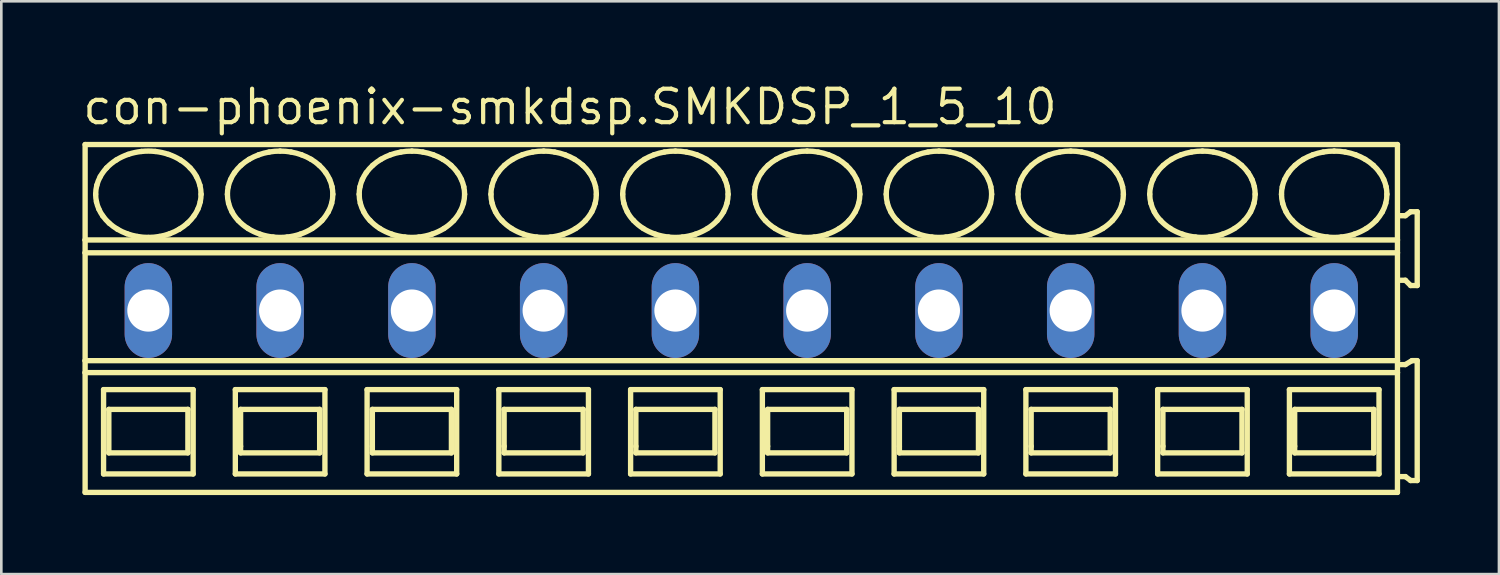
<source format=kicad_pcb>
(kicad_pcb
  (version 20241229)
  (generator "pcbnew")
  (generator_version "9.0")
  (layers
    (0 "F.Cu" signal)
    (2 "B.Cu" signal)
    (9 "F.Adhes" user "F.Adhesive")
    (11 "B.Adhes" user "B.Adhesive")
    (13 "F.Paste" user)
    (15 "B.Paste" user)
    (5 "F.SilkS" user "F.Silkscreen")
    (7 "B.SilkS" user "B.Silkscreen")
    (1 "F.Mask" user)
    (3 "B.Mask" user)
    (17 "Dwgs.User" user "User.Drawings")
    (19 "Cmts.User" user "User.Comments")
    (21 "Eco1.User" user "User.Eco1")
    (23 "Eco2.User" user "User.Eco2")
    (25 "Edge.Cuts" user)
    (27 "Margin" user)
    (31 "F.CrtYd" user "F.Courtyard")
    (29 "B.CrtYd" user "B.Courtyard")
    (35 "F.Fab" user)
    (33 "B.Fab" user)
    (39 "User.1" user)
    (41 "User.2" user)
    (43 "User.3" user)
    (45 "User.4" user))
  (footprint "con-phoenix-smkdsp.SMKDSP_1_5_10"
    (layer "F.Cu")
    (at 5.08 8.735)
    (property "Reference" "con-phoenix-smkdsp.SMKDSP_1_5_10" (at -5.08 -6.985 0) (layer "F.SilkS") (effects (font (size 1.27 1.27) (thickness 0.16)) (justify left bottom)))
    (attr through_hole)
    (fp_line (start -4.9 -6.3) (end -4.9 -2.679) (stroke (width 0.203) (type default)) (layer "F.SilkS"))
    (fp_line (start -4.9 -2.679) (end -4.9 -2.192) (stroke (width 0.203) (type default)) (layer "F.SilkS"))
    (fp_line (start -4.9 -2.192) (end -4.9 1.902) (stroke (width 0.203) (type default)) (layer "F.SilkS"))
    (fp_line (start -4.9 1.902) (end -4.9 2.354) (stroke (width 0.203) (type default)) (layer "F.SilkS"))
    (fp_line (start -4.9 2.354) (end -4.9 6.9) (stroke (width 0.203) (type default)) (layer "F.SilkS"))
    (fp_line (start -4.9 6.9) (end 44.9 6.9) (stroke (width 0.203) (type default)) (layer "F.SilkS"))
    (fp_line (start -4.2 3) (end -4.2 6.2) (stroke (width 0.203) (type default)) (layer "F.SilkS"))
    (fp_line (start -4.2 6.2) (end -0.8 6.2) (stroke (width 0.203) (type default)) (layer "F.SilkS"))
    (fp_line (start -4 3.75) (end -4 5.4) (stroke (width 0.203) (type default)) (layer "F.SilkS"))
    (fp_line (start -4 5.4) (end -1 5.4) (stroke (width 0.203) (type default)) (layer "F.SilkS"))
    (fp_line (start -1 3.75) (end -4 3.75) (stroke (width 0.203) (type default)) (layer "F.SilkS"))
    (fp_line (start -1 5.4) (end -1 3.75) (stroke (width 0.203) (type default)) (layer "F.SilkS"))
    (fp_line (start -0.8 3) (end -4.2 3) (stroke (width 0.203) (type default)) (layer "F.SilkS"))
    (fp_line (start -0.8 6.2) (end -0.8 3) (stroke (width 0.203) (type default)) (layer "F.SilkS"))
    (fp_line (start 0.8 3) (end 0.8 6.2) (stroke (width 0.203) (type default)) (layer "F.SilkS"))
    (fp_line (start 0.8 6.2) (end 4.2 6.2) (stroke (width 0.203) (type default)) (layer "F.SilkS"))
    (fp_line (start 1 3.75) (end 1 5.15) (stroke (width 0.203) (type default)) (layer "F.SilkS"))
    (fp_line (start 1 5.15) (end 1 5.4) (stroke (width 0.203) (type default)) (layer "F.SilkS"))
    (fp_line (start 1 5.4) (end 4 5.4) (stroke (width 0.203) (type default)) (layer "F.SilkS"))
    (fp_line (start 4 3.75) (end 1 3.75) (stroke (width 0.203) (type default)) (layer "F.SilkS"))
    (fp_line (start 4 5.4) (end 4 3.75) (stroke (width 0.203) (type default)) (layer "F.SilkS"))
    (fp_line (start 4.2 3) (end 0.8 3) (stroke (width 0.203) (type default)) (layer "F.SilkS"))
    (fp_line (start 4.2 6.2) (end 4.2 3) (stroke (width 0.203) (type default)) (layer "F.SilkS"))
    (fp_line (start 5.8 3) (end 5.8 6.2) (stroke (width 0.203) (type default)) (layer "F.SilkS"))
    (fp_line (start 5.8 6.2) (end 9.2 6.2) (stroke (width 0.203) (type default)) (layer "F.SilkS"))
    (fp_line (start 6 3.75) (end 6 5.15) (stroke (width 0.203) (type default)) (layer "F.SilkS"))
    (fp_line (start 6 5.15) (end 6 5.4) (stroke (width 0.203) (type default)) (layer "F.SilkS"))
    (fp_line (start 6 5.4) (end 9 5.4) (stroke (width 0.203) (type default)) (layer "F.SilkS"))
    (fp_line (start 9 3.75) (end 6 3.75) (stroke (width 0.203) (type default)) (layer "F.SilkS"))
    (fp_line (start 9 5.4) (end 9 3.75) (stroke (width 0.203) (type default)) (layer "F.SilkS"))
    (fp_line (start 9.2 3) (end 5.8 3) (stroke (width 0.203) (type default)) (layer "F.SilkS"))
    (fp_line (start 9.2 6.2) (end 9.2 3) (stroke (width 0.203) (type default)) (layer "F.SilkS"))
    (fp_line (start 10.8 3) (end 10.8 6.2) (stroke (width 0.203) (type default)) (layer "F.SilkS"))
    (fp_line (start 10.8 6.2) (end 14.2 6.2) (stroke (width 0.203) (type default)) (layer "F.SilkS"))
    (fp_line (start 11 3.75) (end 11 5.15) (stroke (width 0.203) (type default)) (layer "F.SilkS"))
    (fp_line (start 11 5.15) (end 11 5.4) (stroke (width 0.203) (type default)) (layer "F.SilkS"))
    (fp_line (start 11 5.4) (end 14 5.4) (stroke (width 0.203) (type default)) (layer "F.SilkS"))
    (fp_line (start 14 3.75) (end 11 3.75) (stroke (width 0.203) (type default)) (layer "F.SilkS"))
    (fp_line (start 14 5.4) (end 14 3.75) (stroke (width 0.203) (type default)) (layer "F.SilkS"))
    (fp_line (start 14.2 3) (end 10.8 3) (stroke (width 0.203) (type default)) (layer "F.SilkS"))
    (fp_line (start 14.2 6.2) (end 14.2 3) (stroke (width 0.203) (type default)) (layer "F.SilkS"))
    (fp_line (start 15.8 3) (end 15.8 6.2) (stroke (width 0.203) (type default)) (layer "F.SilkS"))
    (fp_line (start 15.8 6.2) (end 19.2 6.2) (stroke (width 0.203) (type default)) (layer "F.SilkS"))
    (fp_line (start 16 3.75) (end 16 5.15) (stroke (width 0.203) (type default)) (layer "F.SilkS"))
    (fp_line (start 16 5.15) (end 16 5.4) (stroke (width 0.203) (type default)) (layer "F.SilkS"))
    (fp_line (start 16 5.4) (end 19 5.4) (stroke (width 0.203) (type default)) (layer "F.SilkS"))
    (fp_line (start 19 3.75) (end 16 3.75) (stroke (width 0.203) (type default)) (layer "F.SilkS"))
    (fp_line (start 19 5.4) (end 19 3.75) (stroke (width 0.203) (type default)) (layer "F.SilkS"))
    (fp_line (start 19.2 3) (end 15.8 3) (stroke (width 0.203) (type default)) (layer "F.SilkS"))
    (fp_line (start 19.2 6.2) (end 19.2 3) (stroke (width 0.203) (type default)) (layer "F.SilkS"))
    (fp_line (start 20.8 3) (end 20.8 6.2) (stroke (width 0.203) (type default)) (layer "F.SilkS"))
    (fp_line (start 20.8 6.2) (end 24.2 6.2) (stroke (width 0.203) (type default)) (layer "F.SilkS"))
    (fp_line (start 21 3.75) (end 21 5.15) (stroke (width 0.203) (type default)) (layer "F.SilkS"))
    (fp_line (start 21 5.15) (end 21 5.4) (stroke (width 0.203) (type default)) (layer "F.SilkS"))
    (fp_line (start 21 5.4) (end 24 5.4) (stroke (width 0.203) (type default)) (layer "F.SilkS"))
    (fp_line (start 24 3.75) (end 21 3.75) (stroke (width 0.203) (type default)) (layer "F.SilkS"))
    (fp_line (start 24 5.4) (end 24 3.75) (stroke (width 0.203) (type default)) (layer "F.SilkS"))
    (fp_line (start 24.2 3) (end 20.8 3) (stroke (width 0.203) (type default)) (layer "F.SilkS"))
    (fp_line (start 24.2 6.2) (end 24.2 3) (stroke (width 0.203) (type default)) (layer "F.SilkS"))
    (fp_line (start 25.8 3) (end 25.8 6.2) (stroke (width 0.203) (type default)) (layer "F.SilkS"))
    (fp_line (start 25.8 6.2) (end 29.2 6.2) (stroke (width 0.203) (type default)) (layer "F.SilkS"))
    (fp_line (start 26 3.75) (end 26 5.15) (stroke (width 0.203) (type default)) (layer "F.SilkS"))
    (fp_line (start 26 5.15) (end 26 5.4) (stroke (width 0.203) (type default)) (layer "F.SilkS"))
    (fp_line (start 26 5.4) (end 29 5.4) (stroke (width 0.203) (type default)) (layer "F.SilkS"))
    (fp_line (start 29 3.75) (end 26 3.75) (stroke (width 0.203) (type default)) (layer "F.SilkS"))
    (fp_line (start 29 5.4) (end 29 3.75) (stroke (width 0.203) (type default)) (layer "F.SilkS"))
    (fp_line (start 29.2 3) (end 25.8 3) (stroke (width 0.203) (type default)) (layer "F.SilkS"))
    (fp_line (start 29.2 6.2) (end 29.2 3) (stroke (width 0.203) (type default)) (layer "F.SilkS"))
    (fp_line (start 30.8 3) (end 30.8 6.2) (stroke (width 0.203) (type default)) (layer "F.SilkS"))
    (fp_line (start 30.8 6.2) (end 34.2 6.2) (stroke (width 0.203) (type default)) (layer "F.SilkS"))
    (fp_line (start 31 3.75) (end 31 5.15) (stroke (width 0.203) (type default)) (layer "F.SilkS"))
    (fp_line (start 31 5.15) (end 31 5.4) (stroke (width 0.203) (type default)) (layer "F.SilkS"))
    (fp_line (start 31 5.4) (end 34 5.4) (stroke (width 0.203) (type default)) (layer "F.SilkS"))
    (fp_line (start 34 3.75) (end 31 3.75) (stroke (width 0.203) (type default)) (layer "F.SilkS"))
    (fp_line (start 34 5.4) (end 34 3.75) (stroke (width 0.203) (type default)) (layer "F.SilkS"))
    (fp_line (start 34.2 3) (end 30.8 3) (stroke (width 0.203) (type default)) (layer "F.SilkS"))
    (fp_line (start 34.2 6.2) (end 34.2 3) (stroke (width 0.203) (type default)) (layer "F.SilkS"))
    (fp_line (start 35.8 3) (end 35.8 6.2) (stroke (width 0.203) (type default)) (layer "F.SilkS"))
    (fp_line (start 35.8 6.2) (end 39.2 6.2) (stroke (width 0.203) (type default)) (layer "F.SilkS"))
    (fp_line (start 36 3.75) (end 36 5.15) (stroke (width 0.203) (type default)) (layer "F.SilkS"))
    (fp_line (start 36 5.15) (end 36 5.4) (stroke (width 0.203) (type default)) (layer "F.SilkS"))
    (fp_line (start 36 5.4) (end 39 5.4) (stroke (width 0.203) (type default)) (layer "F.SilkS"))
    (fp_line (start 39 3.75) (end 36 3.75) (stroke (width 0.203) (type default)) (layer "F.SilkS"))
    (fp_line (start 39 5.4) (end 39 3.75) (stroke (width 0.203) (type default)) (layer "F.SilkS"))
    (fp_line (start 39.2 3) (end 35.8 3) (stroke (width 0.203) (type default)) (layer "F.SilkS"))
    (fp_line (start 39.2 6.2) (end 39.2 3) (stroke (width 0.203) (type default)) (layer "F.SilkS"))
    (fp_line (start 40.8 3) (end 40.8 6.2) (stroke (width 0.203) (type default)) (layer "F.SilkS"))
    (fp_line (start 40.8 6.2) (end 44.2 6.2) (stroke (width 0.203) (type default)) (layer "F.SilkS"))
    (fp_line (start 41 3.75) (end 41 5.15) (stroke (width 0.203) (type default)) (layer "F.SilkS"))
    (fp_line (start 41 5.15) (end 41 5.4) (stroke (width 0.203) (type default)) (layer "F.SilkS"))
    (fp_line (start 41 5.4) (end 44 5.4) (stroke (width 0.203) (type default)) (layer "F.SilkS"))
    (fp_line (start 44 3.75) (end 41 3.75) (stroke (width 0.203) (type default)) (layer "F.SilkS"))
    (fp_line (start 44 5.4) (end 44 3.75) (stroke (width 0.203) (type default)) (layer "F.SilkS"))
    (fp_line (start 44.2 3) (end 40.8 3) (stroke (width 0.203) (type default)) (layer "F.SilkS"))
    (fp_line (start 44.2 6.2) (end 44.2 3) (stroke (width 0.203) (type default)) (layer "F.SilkS"))
    (fp_line (start 44.9 -6.3) (end -4.9 -6.3) (stroke (width 0.203) (type default)) (layer "F.SilkS"))
    (fp_line (start 44.9 -2.679) (end -4.9 -2.679) (stroke (width 0.203) (type default)) (layer "F.SilkS"))
    (fp_line (start 44.9 -2.679) (end 44.9 -6.3) (stroke (width 0.203) (type default)) (layer "F.SilkS"))
    (fp_line (start 44.9 -2.192) (end -4.9 -2.192) (stroke (width 0.203) (type default)) (layer "F.SilkS"))
    (fp_line (start 44.9 -2.192) (end 44.9 -2.679) (stroke (width 0.203) (type default)) (layer "F.SilkS"))
    (fp_line (start 44.9 1.902) (end -4.9 1.902) (stroke (width 0.203) (type default)) (layer "F.SilkS"))
    (fp_line (start 44.9 1.902) (end 44.9 -2.192) (stroke (width 0.203) (type default)) (layer "F.SilkS"))
    (fp_line (start 44.9 2.354) (end -4.9 2.354) (stroke (width 0.203) (type default)) (layer "F.SilkS"))
    (fp_line (start 44.9 2.354) (end 44.9 1.902) (stroke (width 0.203) (type default)) (layer "F.SilkS"))
    (fp_line (start 44.9 6.9) (end 44.9 2.354) (stroke (width 0.203) (type default)) (layer "F.SilkS"))
    (fp_line (start 45 -1.15) (end 45.2 -1.15) (stroke (width 0.203) (type default)) (layer "F.SilkS"))
    (fp_line (start 45 6.3) (end 45.2 6.3) (stroke (width 0.203) (type default)) (layer "F.SilkS"))
    (fp_line (start 45.2 -3.6) (end 45 -3.6) (stroke (width 0.203) (type default)) (layer "F.SilkS"))
    (fp_line (start 45.2 -1.15) (end 45.4 -0.95) (stroke (width 0.203) (type default)) (layer "F.SilkS"))
    (fp_line (start 45.2 2.05) (end 45 2.05) (stroke (width 0.203) (type default)) (layer "F.SilkS"))
    (fp_line (start 45.2 6.3) (end 45.4 6.45) (stroke (width 0.203) (type default)) (layer "F.SilkS"))
    (fp_line (start 45.4 -3.75) (end 45.2 -3.6) (stroke (width 0.203) (type default)) (layer "F.SilkS"))
    (fp_line (start 45.4 -0.95) (end 45.65 -0.95) (stroke (width 0.203) (type default)) (layer "F.SilkS"))
    (fp_line (start 45.4 6.45) (end 45.65 6.45) (stroke (width 0.203) (type default)) (layer "F.SilkS"))
    (fp_line (start 45.45 1.9) (end 45.2 2.05) (stroke (width 0.203) (type default)) (layer "F.SilkS"))
    (fp_line (start 45.65 -3.75) (end 45.4 -3.75) (stroke (width 0.203) (type default)) (layer "F.SilkS"))
    (fp_line (start 45.65 -0.95) (end 45.65 -3.75) (stroke (width 0.203) (type default)) (layer "F.SilkS"))
    (fp_line (start 45.65 1.9) (end 45.45 1.9) (stroke (width 0.203) (type default)) (layer "F.SilkS"))
    (fp_line (start 45.65 6.45) (end 45.65 1.9) (stroke (width 0.203) (type default)) (layer "F.SilkS"))
    (fp_arc (start -4.5 -4.4136) (mid -4.488905 -4.585389) (end -4.4562 -4.7544) (stroke (width 0.2032) (type default)) (layer "F.SilkS"))
    (fp_arc (start -4.4695 -4.1287) (mid -4.492309 -4.270341) (end -4.5 -4.4136) (stroke (width 0.2032) (type default)) (layer "F.SilkS"))
    (fp_arc (start -4.4562 -4.7544) (mid -4.401558 -4.920839) (end -4.3273 -5.0795) (stroke (width 0.2032) (type default)) (layer "F.SilkS"))
    (fp_arc (start -4.3795 -3.8536) (mid -4.431599 -3.988827) (end -4.4695 -4.1287) (stroke (width 0.2032) (type default)) (layer "F.SilkS"))
    (fp_arc (start -4.3274 -5.0795) (mid -4.216217 -5.252167) (end -4.0864 -5.4113) (stroke (width 0.2032) (type default)) (layer "F.SilkS"))
    (fp_arc (start -4.232 -3.5945) (mid -4.312155 -3.720404) (end -4.3795 -3.8536) (stroke (width 0.2032) (type default)) (layer "F.SilkS"))
    (fp_arc (start -4.0864 -5.4113) (mid -3.911717 -5.573771) (end -3.718 -5.713) (stroke (width 0.2032) (type default)) (layer "F.SilkS"))
    (fp_arc (start -3.9861 -3.3171) (mid -4.116737 -3.448975) (end -4.2321 -3.5944) (stroke (width 0.2032) (type default)) (layer "F.SilkS"))
    (fp_arc (start -3.718 -5.713) (mid -3.497651 -5.83326) (end -3.2649 -5.9273) (stroke (width 0.2032) (type default)) (layer "F.SilkS"))
    (fp_arc (start -3.676 -3.0884) (mid -3.836846 -3.19489) (end -3.9861 -3.3171) (stroke (width 0.2032) (type default)) (layer "F.SilkS"))
    (fp_arc (start -3.313 -2.9167) (mid -3.498551 -2.993985) (end -3.676 -3.0884) (stroke (width 0.2032) (type default)) (layer "F.SilkS"))
    (fp_arc (start -3.2649 -5.9273) (mid -3.016253 -5.996227) (end -2.7616 -6.0378) (stroke (width 0.2032) (type default)) (layer "F.SilkS"))
    (fp_arc (start -2.9161 -2.8111) (mid -3.116893 -2.855096) (end -3.313 -2.9167) (stroke (width 0.2032) (type default)) (layer "F.SilkS"))
    (fp_arc (start -2.7616 -6.0378) (mid -2.5 -6.051841) (end -2.2384 -6.0378) (stroke (width 0.2032) (type default)) (layer "F.SilkS"))
    (fp_arc (start -2.5 -2.7752) (mid -2.708826 -2.784159) (end -2.9161 -2.8111) (stroke (width 0.2032) (type default)) (layer "F.SilkS"))
    (fp_arc (start -2.2384 -6.0378) (mid -1.983714 -5.996378) (end -1.7351 -5.9273) (stroke (width 0.2032) (type default)) (layer "F.SilkS"))
    (fp_arc (start -2.0839 -2.8111) (mid -2.291182 -2.784277) (end -2.5 -2.7753) (stroke (width 0.2032) (type default)) (layer "F.SilkS"))
    (fp_arc (start -1.7351 -5.9273) (mid -1.502222 -5.83353) (end -1.282 -5.713) (stroke (width 0.2032) (type default)) (layer "F.SilkS"))
    (fp_arc (start -1.687 -2.9167) (mid -1.883128 -2.855175) (end -2.0839 -2.8111) (stroke (width 0.2032) (type default)) (layer "F.SilkS"))
    (fp_arc (start -1.324 -3.0884) (mid -1.501514 -2.994123) (end -1.687 -2.9167) (stroke (width 0.2032) (type default)) (layer "F.SilkS"))
    (fp_arc (start -1.282 -5.713) (mid -1.088036 -5.574073) (end -0.9136 -5.4113) (stroke (width 0.2032) (type default)) (layer "F.SilkS"))
    (fp_arc (start -1.0139 -3.3171) (mid -1.163276 -3.195057) (end -1.324 -3.0884) (stroke (width 0.2032) (type default)) (layer "F.SilkS"))
    (fp_arc (start -0.9137 -5.4112) (mid -0.781313 -5.253987) (end -0.6727 -5.0795) (stroke (width 0.2032) (type default)) (layer "F.SilkS"))
    (fp_arc (start -0.7679 -3.5944) (mid -0.88339 -3.449088) (end -1.0139 -3.3171) (stroke (width 0.2032) (type default)) (layer "F.SilkS"))
    (fp_arc (start -0.6727 -5.0795) (mid -0.598286 -4.920901) (end -0.5438 -4.7544) (stroke (width 0.2032) (type default)) (layer "F.SilkS"))
    (fp_arc (start -0.6204 -3.8536) (mid -0.687861 -3.720421) (end -0.7679 -3.5944) (stroke (width 0.2032) (type default)) (layer "F.SilkS"))
    (fp_arc (start -0.5438 -4.7544) (mid -0.511083 -4.58539) (end -0.5 -4.4136) (stroke (width 0.2032) (type default)) (layer "F.SilkS"))
    (fp_arc (start -0.5305 -4.1287) (mid -0.568473 -3.988851) (end -0.6205 -3.8536) (stroke (width 0.2032) (type default)) (layer "F.SilkS"))
    (fp_arc (start -0.5001 -4.4136) (mid -0.50774 -4.270343) (end -0.5305 -4.1287) (stroke (width 0.2032) (type default)) (layer "F.SilkS"))
    (fp_arc (start 0.5 -4.4136) (mid 0.507693 -4.556809) (end 0.5305 -4.6984) (stroke (width 0.2032) (type default)) (layer "F.SilkS"))
    (fp_arc (start 0.5305 -4.6984) (mid 0.568467 -4.8383) (end 0.6205 -4.9736) (stroke (width 0.2032) (type default)) (layer "F.SilkS"))
    (fp_arc (start 0.5438 -4.0727) (mid 0.511073 -4.241759) (end 0.5 -4.4136) (stroke (width 0.2032) (type default)) (layer "F.SilkS"))
    (fp_arc (start 0.6204 -4.9736) (mid 0.687866 -5.106728) (end 0.7679 -5.2327) (stroke (width 0.2032) (type default)) (layer "F.SilkS"))
    (fp_arc (start 0.6727 -3.7476) (mid 0.598288 -3.9062) (end 0.5438 -4.0727) (stroke (width 0.2032) (type default)) (layer "F.SilkS"))
    (fp_arc (start 0.7679 -5.2327) (mid 0.883386 -5.378016) (end 1.0139 -5.51) (stroke (width 0.2032) (type default)) (layer "F.SilkS"))
    (fp_arc (start 0.9136 -3.4159) (mid 0.781267 -3.57312) (end 0.6727 -3.7476) (stroke (width 0.2032) (type default)) (layer "F.SilkS"))
    (fp_arc (start 1.0139 -5.51) (mid 1.163277 -5.632042) (end 1.324 -5.7387) (stroke (width 0.2032) (type default)) (layer "F.SilkS"))
    (fp_arc (start 1.282 -3.1141) (mid 1.088032 -3.253077) (end 0.9136 -3.4159) (stroke (width 0.2032) (type default)) (layer "F.SilkS"))
    (fp_arc (start 1.324 -5.7387) (mid 1.501514 -5.832977) (end 1.687 -5.9104) (stroke (width 0.2032) (type default)) (layer "F.SilkS"))
    (fp_arc (start 1.687 -5.9104) (mid 1.883128 -5.971925) (end 2.0839 -6.016) (stroke (width 0.2032) (type default)) (layer "F.SilkS"))
    (fp_arc (start 1.7351 -2.8998) (mid 1.502222 -2.993571) (end 1.282 -3.1141) (stroke (width 0.2032) (type default)) (layer "F.SilkS"))
    (fp_arc (start 2.0839 -6.0161) (mid 2.291183 -6.042919) (end 2.5 -6.0519) (stroke (width 0.2032) (type default)) (layer "F.SilkS"))
    (fp_arc (start 2.2384 -2.7893) (mid 1.983714 -2.830721) (end 1.7351 -2.8998) (stroke (width 0.2032) (type default)) (layer "F.SilkS"))
    (fp_arc (start 2.5 -6.0519) (mid 2.708826 -6.042941) (end 2.9161 -6.016) (stroke (width 0.2032) (type default)) (layer "F.SilkS"))
    (fp_arc (start 2.7616 -2.7893) (mid 2.5 -2.775259) (end 2.2384 -2.7893) (stroke (width 0.2032) (type default)) (layer "F.SilkS"))
    (fp_arc (start 2.9161 -6.016) (mid 3.116893 -5.972004) (end 3.313 -5.9104) (stroke (width 0.2032) (type default)) (layer "F.SilkS"))
    (fp_arc (start 3.2649 -2.8998) (mid 3.016253 -2.830873) (end 2.7616 -2.7893) (stroke (width 0.2032) (type default)) (layer "F.SilkS"))
    (fp_arc (start 3.313 -5.9104) (mid 3.498552 -5.833116) (end 3.676 -5.7387) (stroke (width 0.2032) (type default)) (layer "F.SilkS"))
    (fp_arc (start 3.676 -5.7387) (mid 3.836846 -5.632209) (end 3.9861 -5.51) (stroke (width 0.2032) (type default)) (layer "F.SilkS"))
    (fp_arc (start 3.718 -3.1141) (mid 3.497651 -2.993839) (end 3.2649 -2.8998) (stroke (width 0.2032) (type default)) (layer "F.SilkS"))
    (fp_arc (start 3.9861 -5.51) (mid 4.116738 -5.378126) (end 4.2321 -5.2327) (stroke (width 0.2032) (type default)) (layer "F.SilkS"))
    (fp_arc (start 4.0864 -3.4159) (mid 3.911721 -3.253378) (end 3.718 -3.1141) (stroke (width 0.2032) (type default)) (layer "F.SilkS"))
    (fp_arc (start 4.2321 -5.2327) (mid 4.312204 -5.106793) (end 4.3795 -4.9736) (stroke (width 0.2032) (type default)) (layer "F.SilkS"))
    (fp_arc (start 4.3273 -3.7476) (mid 4.216161 -3.574988) (end 4.0864 -3.4159) (stroke (width 0.2032) (type default)) (layer "F.SilkS"))
    (fp_arc (start 4.3795 -4.9736) (mid 4.431605 -4.838324) (end 4.4695 -4.6984) (stroke (width 0.2032) (type default)) (layer "F.SilkS"))
    (fp_arc (start 4.4562 -4.0727) (mid 4.401557 -3.906262) (end 4.3273 -3.7476) (stroke (width 0.2032) (type default)) (layer "F.SilkS"))
    (fp_arc (start 4.4695 -4.6984) (mid 4.4923 -4.556809) (end 4.5 -4.4136) (stroke (width 0.2032) (type default)) (layer "F.SilkS"))
    (fp_arc (start 4.5 -4.4136) (mid 4.488914 -4.241761) (end 4.4562 -4.0727) (stroke (width 0.2032) (type default)) (layer "F.SilkS"))
    (fp_arc (start 5.5 -4.4136) (mid 5.507693 -4.556809) (end 5.5305 -4.6984) (stroke (width 0.2032) (type default)) (layer "F.SilkS"))
    (fp_arc (start 5.5305 -4.6984) (mid 5.568467 -4.8383) (end 5.6205 -4.9736) (stroke (width 0.2032) (type default)) (layer "F.SilkS"))
    (fp_arc (start 5.5438 -4.0727) (mid 5.511073 -4.241759) (end 5.5 -4.4136) (stroke (width 0.2032) (type default)) (layer "F.SilkS"))
    (fp_arc (start 5.6204 -4.9736) (mid 5.687866 -5.106728) (end 5.7679 -5.2327) (stroke (width 0.2032) (type default)) (layer "F.SilkS"))
    (fp_arc (start 5.6727 -3.7476) (mid 5.598288 -3.9062) (end 5.5438 -4.0727) (stroke (width 0.2032) (type default)) (layer "F.SilkS"))
    (fp_arc (start 5.7679 -5.2327) (mid 5.883386 -5.378016) (end 6.0139 -5.51) (stroke (width 0.2032) (type default)) (layer "F.SilkS"))
    (fp_arc (start 5.9136 -3.4159) (mid 5.781267 -3.57312) (end 5.6727 -3.7476) (stroke (width 0.2032) (type default)) (layer "F.SilkS"))
    (fp_arc (start 6.0139 -5.51) (mid 6.163277 -5.632042) (end 6.324 -5.7387) (stroke (width 0.2032) (type default)) (layer "F.SilkS"))
    (fp_arc (start 6.282 -3.1141) (mid 6.088032 -3.253077) (end 5.9136 -3.4159) (stroke (width 0.2032) (type default)) (layer "F.SilkS"))
    (fp_arc (start 6.324 -5.7387) (mid 6.501514 -5.832977) (end 6.687 -5.9104) (stroke (width 0.2032) (type default)) (layer "F.SilkS"))
    (fp_arc (start 6.687 -5.9104) (mid 6.883128 -5.971925) (end 7.0839 -6.016) (stroke (width 0.2032) (type default)) (layer "F.SilkS"))
    (fp_arc (start 6.7351 -2.8998) (mid 6.502222 -2.993571) (end 6.282 -3.1141) (stroke (width 0.2032) (type default)) (layer "F.SilkS"))
    (fp_arc (start 7.0839 -6.0161) (mid 7.291183 -6.042919) (end 7.5 -6.0519) (stroke (width 0.2032) (type default)) (layer "F.SilkS"))
    (fp_arc (start 7.2384 -2.7893) (mid 6.983714 -2.830721) (end 6.7351 -2.8998) (stroke (width 0.2032) (type default)) (layer "F.SilkS"))
    (fp_arc (start 7.5 -6.0519) (mid 7.708826 -6.042941) (end 7.9161 -6.016) (stroke (width 0.2032) (type default)) (layer "F.SilkS"))
    (fp_arc (start 7.7616 -2.7893) (mid 7.5 -2.775259) (end 7.2384 -2.7893) (stroke (width 0.2032) (type default)) (layer "F.SilkS"))
    (fp_arc (start 7.9161 -6.016) (mid 8.116893 -5.972004) (end 8.313 -5.9104) (stroke (width 0.2032) (type default)) (layer "F.SilkS"))
    (fp_arc (start 8.2649 -2.8998) (mid 8.016253 -2.830873) (end 7.7616 -2.7893) (stroke (width 0.2032) (type default)) (layer "F.SilkS"))
    (fp_arc (start 8.313 -5.9104) (mid 8.498552 -5.833116) (end 8.676 -5.7387) (stroke (width 0.2032) (type default)) (layer "F.SilkS"))
    (fp_arc (start 8.676 -5.7387) (mid 8.836846 -5.632209) (end 8.9861 -5.51) (stroke (width 0.2032) (type default)) (layer "F.SilkS"))
    (fp_arc (start 8.718 -3.1141) (mid 8.497651 -2.993839) (end 8.2649 -2.8998) (stroke (width 0.2032) (type default)) (layer "F.SilkS"))
    (fp_arc (start 8.9861 -5.51) (mid 9.116738 -5.378126) (end 9.2321 -5.2327) (stroke (width 0.2032) (type default)) (layer "F.SilkS"))
    (fp_arc (start 9.0864 -3.4159) (mid 8.911721 -3.253378) (end 8.718 -3.1141) (stroke (width 0.2032) (type default)) (layer "F.SilkS"))
    (fp_arc (start 9.2321 -5.2327) (mid 9.312204 -5.106793) (end 9.3795 -4.9736) (stroke (width 0.2032) (type default)) (layer "F.SilkS"))
    (fp_arc (start 9.3273 -3.7476) (mid 9.216161 -3.574988) (end 9.0864 -3.4159) (stroke (width 0.2032) (type default)) (layer "F.SilkS"))
    (fp_arc (start 9.3795 -4.9736) (mid 9.431605 -4.838324) (end 9.4695 -4.6984) (stroke (width 0.2032) (type default)) (layer "F.SilkS"))
    (fp_arc (start 9.4562 -4.0727) (mid 9.401557 -3.906262) (end 9.3273 -3.7476) (stroke (width 0.2032) (type default)) (layer "F.SilkS"))
    (fp_arc (start 9.4695 -4.6984) (mid 9.4923 -4.556809) (end 9.5 -4.4136) (stroke (width 0.2032) (type default)) (layer "F.SilkS"))
    (fp_arc (start 9.5 -4.4136) (mid 9.488914 -4.241761) (end 9.4562 -4.0727) (stroke (width 0.2032) (type default)) (layer "F.SilkS"))
    (fp_arc (start 10.5 -4.4136) (mid 10.507693 -4.556809) (end 10.5305 -4.6984) (stroke (width 0.2032) (type default)) (layer "F.SilkS"))
    (fp_arc (start 10.5305 -4.6984) (mid 10.568467 -4.8383) (end 10.6205 -4.9736) (stroke (width 0.2032) (type default)) (layer "F.SilkS"))
    (fp_arc (start 10.5438 -4.0727) (mid 10.511073 -4.241759) (end 10.5 -4.4136) (stroke (width 0.2032) (type default)) (layer "F.SilkS"))
    (fp_arc (start 10.6204 -4.9736) (mid 10.687866 -5.106728) (end 10.7679 -5.2327) (stroke (width 0.2032) (type default)) (layer "F.SilkS"))
    (fp_arc (start 10.6727 -3.7476) (mid 10.598288 -3.9062) (end 10.5438 -4.0727) (stroke (width 0.2032) (type default)) (layer "F.SilkS"))
    (fp_arc (start 10.7679 -5.2327) (mid 10.883386 -5.378016) (end 11.0139 -5.51) (stroke (width 0.2032) (type default)) (layer "F.SilkS"))
    (fp_arc (start 10.9136 -3.4159) (mid 10.781267 -3.57312) (end 10.6727 -3.7476) (stroke (width 0.2032) (type default)) (layer "F.SilkS"))
    (fp_arc (start 11.0139 -5.51) (mid 11.163277 -5.632042) (end 11.324 -5.7387) (stroke (width 0.2032) (type default)) (layer "F.SilkS"))
    (fp_arc (start 11.282 -3.1141) (mid 11.088032 -3.253077) (end 10.9136 -3.4159) (stroke (width 0.2032) (type default)) (layer "F.SilkS"))
    (fp_arc (start 11.324 -5.7387) (mid 11.501514 -5.832977) (end 11.687 -5.9104) (stroke (width 0.2032) (type default)) (layer "F.SilkS"))
    (fp_arc (start 11.687 -5.9104) (mid 11.883128 -5.971925) (end 12.0839 -6.016) (stroke (width 0.2032) (type default)) (layer "F.SilkS"))
    (fp_arc (start 11.7351 -2.8998) (mid 11.502222 -2.993571) (end 11.282 -3.1141) (stroke (width 0.2032) (type default)) (layer "F.SilkS"))
    (fp_arc (start 12.0839 -6.0161) (mid 12.291183 -6.042919) (end 12.5 -6.0519) (stroke (width 0.2032) (type default)) (layer "F.SilkS"))
    (fp_arc (start 12.2384 -2.7893) (mid 11.983714 -2.830721) (end 11.7351 -2.8998) (stroke (width 0.2032) (type default)) (layer "F.SilkS"))
    (fp_arc (start 12.5 -6.0519) (mid 12.708826 -6.042941) (end 12.9161 -6.016) (stroke (width 0.2032) (type default)) (layer "F.SilkS"))
    (fp_arc (start 12.7616 -2.7893) (mid 12.5 -2.775259) (end 12.2384 -2.7893) (stroke (width 0.2032) (type default)) (layer "F.SilkS"))
    (fp_arc (start 12.9161 -6.016) (mid 13.116893 -5.972004) (end 13.313 -5.9104) (stroke (width 0.2032) (type default)) (layer "F.SilkS"))
    (fp_arc (start 13.2649 -2.8998) (mid 13.016253 -2.830873) (end 12.7616 -2.7893) (stroke (width 0.2032) (type default)) (layer "F.SilkS"))
    (fp_arc (start 13.313 -5.9104) (mid 13.498552 -5.833116) (end 13.676 -5.7387) (stroke (width 0.2032) (type default)) (layer "F.SilkS"))
    (fp_arc (start 13.676 -5.7387) (mid 13.836846 -5.632209) (end 13.9861 -5.51) (stroke (width 0.2032) (type default)) (layer "F.SilkS"))
    (fp_arc (start 13.718 -3.1141) (mid 13.497651 -2.993839) (end 13.2649 -2.8998) (stroke (width 0.2032) (type default)) (layer "F.SilkS"))
    (fp_arc (start 13.9861 -5.51) (mid 14.116738 -5.378126) (end 14.2321 -5.2327) (stroke (width 0.2032) (type default)) (layer "F.SilkS"))
    (fp_arc (start 14.0864 -3.4159) (mid 13.911721 -3.253378) (end 13.718 -3.1141) (stroke (width 0.2032) (type default)) (layer "F.SilkS"))
    (fp_arc (start 14.2321 -5.2327) (mid 14.312204 -5.106793) (end 14.3795 -4.9736) (stroke (width 0.2032) (type default)) (layer "F.SilkS"))
    (fp_arc (start 14.3273 -3.7476) (mid 14.216161 -3.574988) (end 14.0864 -3.4159) (stroke (width 0.2032) (type default)) (layer "F.SilkS"))
    (fp_arc (start 14.3795 -4.9736) (mid 14.431605 -4.838324) (end 14.4695 -4.6984) (stroke (width 0.2032) (type default)) (layer "F.SilkS"))
    (fp_arc (start 14.4562 -4.0727) (mid 14.401557 -3.906262) (end 14.3273 -3.7476) (stroke (width 0.2032) (type default)) (layer "F.SilkS"))
    (fp_arc (start 14.4695 -4.6984) (mid 14.4923 -4.556809) (end 14.5 -4.4136) (stroke (width 0.2032) (type default)) (layer "F.SilkS"))
    (fp_arc (start 14.5 -4.4136) (mid 14.488914 -4.241761) (end 14.4562 -4.0727) (stroke (width 0.2032) (type default)) (layer "F.SilkS"))
    (fp_arc (start 15.5 -4.4136) (mid 15.507693 -4.556809) (end 15.5305 -4.6984) (stroke (width 0.2032) (type default)) (layer "F.SilkS"))
    (fp_arc (start 15.5305 -4.6984) (mid 15.568467 -4.8383) (end 15.6205 -4.9736) (stroke (width 0.2032) (type default)) (layer "F.SilkS"))
    (fp_arc (start 15.5438 -4.0727) (mid 15.511073 -4.241759) (end 15.5 -4.4136) (stroke (width 0.2032) (type default)) (layer "F.SilkS"))
    (fp_arc (start 15.6204 -4.9736) (mid 15.687866 -5.106728) (end 15.7679 -5.2327) (stroke (width 0.2032) (type default)) (layer "F.SilkS"))
    (fp_arc (start 15.6727 -3.7476) (mid 15.598288 -3.9062) (end 15.5438 -4.0727) (stroke (width 0.2032) (type default)) (layer "F.SilkS"))
    (fp_arc (start 15.7679 -5.2327) (mid 15.883386 -5.378016) (end 16.0139 -5.51) (stroke (width 0.2032) (type default)) (layer "F.SilkS"))
    (fp_arc (start 15.9136 -3.4159) (mid 15.781267 -3.57312) (end 15.6727 -3.7476) (stroke (width 0.2032) (type default)) (layer "F.SilkS"))
    (fp_arc (start 16.0139 -5.51) (mid 16.163277 -5.632042) (end 16.324 -5.7387) (stroke (width 0.2032) (type default)) (layer "F.SilkS"))
    (fp_arc (start 16.282 -3.1141) (mid 16.088032 -3.253077) (end 15.9136 -3.4159) (stroke (width 0.2032) (type default)) (layer "F.SilkS"))
    (fp_arc (start 16.324 -5.7387) (mid 16.501514 -5.832977) (end 16.687 -5.9104) (stroke (width 0.2032) (type default)) (layer "F.SilkS"))
    (fp_arc (start 16.687 -5.9104) (mid 16.883128 -5.971925) (end 17.0839 -6.016) (stroke (width 0.2032) (type default)) (layer "F.SilkS"))
    (fp_arc (start 16.7351 -2.8998) (mid 16.502222 -2.993571) (end 16.282 -3.1141) (stroke (width 0.2032) (type default)) (layer "F.SilkS"))
    (fp_arc (start 17.0839 -6.0161) (mid 17.291183 -6.042919) (end 17.5 -6.0519) (stroke (width 0.2032) (type default)) (layer "F.SilkS"))
    (fp_arc (start 17.2384 -2.7893) (mid 16.983714 -2.830721) (end 16.7351 -2.8998) (stroke (width 0.2032) (type default)) (layer "F.SilkS"))
    (fp_arc (start 17.5 -6.0519) (mid 17.708826 -6.042941) (end 17.9161 -6.016) (stroke (width 0.2032) (type default)) (layer "F.SilkS"))
    (fp_arc (start 17.7616 -2.7893) (mid 17.5 -2.775259) (end 17.2384 -2.7893) (stroke (width 0.2032) (type default)) (layer "F.SilkS"))
    (fp_arc (start 17.9161 -6.016) (mid 18.116893 -5.972004) (end 18.313 -5.9104) (stroke (width 0.2032) (type default)) (layer "F.SilkS"))
    (fp_arc (start 18.2649 -2.8998) (mid 18.016253 -2.830873) (end 17.7616 -2.7893) (stroke (width 0.2032) (type default)) (layer "F.SilkS"))
    (fp_arc (start 18.313 -5.9104) (mid 18.498552 -5.833116) (end 18.676 -5.7387) (stroke (width 0.2032) (type default)) (layer "F.SilkS"))
    (fp_arc (start 18.676 -5.7387) (mid 18.836846 -5.632209) (end 18.9861 -5.51) (stroke (width 0.2032) (type default)) (layer "F.SilkS"))
    (fp_arc (start 18.718 -3.1141) (mid 18.497651 -2.993839) (end 18.2649 -2.8998) (stroke (width 0.2032) (type default)) (layer "F.SilkS"))
    (fp_arc (start 18.9861 -5.51) (mid 19.116738 -5.378126) (end 19.2321 -5.2327) (stroke (width 0.2032) (type default)) (layer "F.SilkS"))
    (fp_arc (start 19.0864 -3.4159) (mid 18.911721 -3.253378) (end 18.718 -3.1141) (stroke (width 0.2032) (type default)) (layer "F.SilkS"))
    (fp_arc (start 19.2321 -5.2327) (mid 19.312204 -5.106793) (end 19.3795 -4.9736) (stroke (width 0.2032) (type default)) (layer "F.SilkS"))
    (fp_arc (start 19.3273 -3.7476) (mid 19.216161 -3.574988) (end 19.0864 -3.4159) (stroke (width 0.2032) (type default)) (layer "F.SilkS"))
    (fp_arc (start 19.3795 -4.9736) (mid 19.431605 -4.838324) (end 19.4695 -4.6984) (stroke (width 0.2032) (type default)) (layer "F.SilkS"))
    (fp_arc (start 19.4562 -4.0727) (mid 19.401557 -3.906262) (end 19.3273 -3.7476) (stroke (width 0.2032) (type default)) (layer "F.SilkS"))
    (fp_arc (start 19.4695 -4.6984) (mid 19.4923 -4.556809) (end 19.5 -4.4136) (stroke (width 0.2032) (type default)) (layer "F.SilkS"))
    (fp_arc (start 19.5 -4.4136) (mid 19.488914 -4.241761) (end 19.4562 -4.0727) (stroke (width 0.2032) (type default)) (layer "F.SilkS"))
    (fp_arc (start 20.5 -4.4136) (mid 20.507693 -4.556809) (end 20.5305 -4.6984) (stroke (width 0.2032) (type default)) (layer "F.SilkS"))
    (fp_arc (start 20.5305 -4.6984) (mid 20.568467 -4.8383) (end 20.6205 -4.9736) (stroke (width 0.2032) (type default)) (layer "F.SilkS"))
    (fp_arc (start 20.5438 -4.0727) (mid 20.511073 -4.241759) (end 20.5 -4.4136) (stroke (width 0.2032) (type default)) (layer "F.SilkS"))
    (fp_arc (start 20.6204 -4.9736) (mid 20.687866 -5.106728) (end 20.7679 -5.2327) (stroke (width 0.2032) (type default)) (layer "F.SilkS"))
    (fp_arc (start 20.6727 -3.7476) (mid 20.598288 -3.9062) (end 20.5438 -4.0727) (stroke (width 0.2032) (type default)) (layer "F.SilkS"))
    (fp_arc (start 20.7679 -5.2327) (mid 20.883386 -5.378016) (end 21.0139 -5.51) (stroke (width 0.2032) (type default)) (layer "F.SilkS"))
    (fp_arc (start 20.9136 -3.4159) (mid 20.781267 -3.57312) (end 20.6727 -3.7476) (stroke (width 0.2032) (type default)) (layer "F.SilkS"))
    (fp_arc (start 21.0139 -5.51) (mid 21.163277 -5.632042) (end 21.324 -5.7387) (stroke (width 0.2032) (type default)) (layer "F.SilkS"))
    (fp_arc (start 21.282 -3.1141) (mid 21.088032 -3.253077) (end 20.9136 -3.4159) (stroke (width 0.2032) (type default)) (layer "F.SilkS"))
    (fp_arc (start 21.324 -5.7387) (mid 21.501514 -5.832977) (end 21.687 -5.9104) (stroke (width 0.2032) (type default)) (layer "F.SilkS"))
    (fp_arc (start 21.687 -5.9104) (mid 21.883128 -5.971925) (end 22.0839 -6.016) (stroke (width 0.2032) (type default)) (layer "F.SilkS"))
    (fp_arc (start 21.7351 -2.8998) (mid 21.502222 -2.993571) (end 21.282 -3.1141) (stroke (width 0.2032) (type default)) (layer "F.SilkS"))
    (fp_arc (start 22.0839 -6.0161) (mid 22.291183 -6.042919) (end 22.5 -6.0519) (stroke (width 0.2032) (type default)) (layer "F.SilkS"))
    (fp_arc (start 22.2384 -2.7893) (mid 21.983714 -2.830721) (end 21.7351 -2.8998) (stroke (width 0.2032) (type default)) (layer "F.SilkS"))
    (fp_arc (start 22.5 -6.0519) (mid 22.708826 -6.042941) (end 22.9161 -6.016) (stroke (width 0.2032) (type default)) (layer "F.SilkS"))
    (fp_arc (start 22.7616 -2.7893) (mid 22.5 -2.775259) (end 22.2384 -2.7893) (stroke (width 0.2032) (type default)) (layer "F.SilkS"))
    (fp_arc (start 22.9161 -6.016) (mid 23.116893 -5.972004) (end 23.313 -5.9104) (stroke (width 0.2032) (type default)) (layer "F.SilkS"))
    (fp_arc (start 23.2649 -2.8998) (mid 23.016253 -2.830873) (end 22.7616 -2.7893) (stroke (width 0.2032) (type default)) (layer "F.SilkS"))
    (fp_arc (start 23.313 -5.9104) (mid 23.498552 -5.833116) (end 23.676 -5.7387) (stroke (width 0.2032) (type default)) (layer "F.SilkS"))
    (fp_arc (start 23.676 -5.7387) (mid 23.836846 -5.632209) (end 23.9861 -5.51) (stroke (width 0.2032) (type default)) (layer "F.SilkS"))
    (fp_arc (start 23.718 -3.1141) (mid 23.497651 -2.993839) (end 23.2649 -2.8998) (stroke (width 0.2032) (type default)) (layer "F.SilkS"))
    (fp_arc (start 23.9861 -5.51) (mid 24.116738 -5.378126) (end 24.2321 -5.2327) (stroke (width 0.2032) (type default)) (layer "F.SilkS"))
    (fp_arc (start 24.0864 -3.4159) (mid 23.911721 -3.253378) (end 23.718 -3.1141) (stroke (width 0.2032) (type default)) (layer "F.SilkS"))
    (fp_arc (start 24.2321 -5.2327) (mid 24.312204 -5.106793) (end 24.3795 -4.9736) (stroke (width 0.2032) (type default)) (layer "F.SilkS"))
    (fp_arc (start 24.3273 -3.7476) (mid 24.216161 -3.574988) (end 24.0864 -3.4159) (stroke (width 0.2032) (type default)) (layer "F.SilkS"))
    (fp_arc (start 24.3795 -4.9736) (mid 24.431605 -4.838324) (end 24.4695 -4.6984) (stroke (width 0.2032) (type default)) (layer "F.SilkS"))
    (fp_arc (start 24.4562 -4.0727) (mid 24.401557 -3.906262) (end 24.3273 -3.7476) (stroke (width 0.2032) (type default)) (layer "F.SilkS"))
    (fp_arc (start 24.4695 -4.6984) (mid 24.4923 -4.556809) (end 24.5 -4.4136) (stroke (width 0.2032) (type default)) (layer "F.SilkS"))
    (fp_arc (start 24.5 -4.4136) (mid 24.488914 -4.241761) (end 24.4562 -4.0727) (stroke (width 0.2032) (type default)) (layer "F.SilkS"))
    (fp_arc (start 25.5 -4.4136) (mid 25.507693 -4.556809) (end 25.5305 -4.6984) (stroke (width 0.2032) (type default)) (layer "F.SilkS"))
    (fp_arc (start 25.5305 -4.6984) (mid 25.568467 -4.8383) (end 25.6205 -4.9736) (stroke (width 0.2032) (type default)) (layer "F.SilkS"))
    (fp_arc (start 25.5438 -4.0727) (mid 25.511073 -4.241759) (end 25.5 -4.4136) (stroke (width 0.2032) (type default)) (layer "F.SilkS"))
    (fp_arc (start 25.6204 -4.9736) (mid 25.687866 -5.106728) (end 25.7679 -5.2327) (stroke (width 0.2032) (type default)) (layer "F.SilkS"))
    (fp_arc (start 25.6727 -3.7476) (mid 25.598288 -3.9062) (end 25.5438 -4.0727) (stroke (width 0.2032) (type default)) (layer "F.SilkS"))
    (fp_arc (start 25.7679 -5.2327) (mid 25.883386 -5.378016) (end 26.0139 -5.51) (stroke (width 0.2032) (type default)) (layer "F.SilkS"))
    (fp_arc (start 25.9136 -3.4159) (mid 25.781267 -3.57312) (end 25.6727 -3.7476) (stroke (width 0.2032) (type default)) (layer "F.SilkS"))
    (fp_arc (start 26.0139 -5.51) (mid 26.163277 -5.632042) (end 26.324 -5.7387) (stroke (width 0.2032) (type default)) (layer "F.SilkS"))
    (fp_arc (start 26.282 -3.1141) (mid 26.088032 -3.253077) (end 25.9136 -3.4159) (stroke (width 0.2032) (type default)) (layer "F.SilkS"))
    (fp_arc (start 26.324 -5.7387) (mid 26.501514 -5.832977) (end 26.687 -5.9104) (stroke (width 0.2032) (type default)) (layer "F.SilkS"))
    (fp_arc (start 26.687 -5.9104) (mid 26.883128 -5.971925) (end 27.0839 -6.016) (stroke (width 0.2032) (type default)) (layer "F.SilkS"))
    (fp_arc (start 26.7351 -2.8998) (mid 26.502222 -2.993571) (end 26.282 -3.1141) (stroke (width 0.2032) (type default)) (layer "F.SilkS"))
    (fp_arc (start 27.0839 -6.0161) (mid 27.291183 -6.042919) (end 27.5 -6.0519) (stroke (width 0.2032) (type default)) (layer "F.SilkS"))
    (fp_arc (start 27.2384 -2.7893) (mid 26.983714 -2.830721) (end 26.7351 -2.8998) (stroke (width 0.2032) (type default)) (layer "F.SilkS"))
    (fp_arc (start 27.5 -6.0519) (mid 27.708826 -6.042941) (end 27.9161 -6.016) (stroke (width 0.2032) (type default)) (layer "F.SilkS"))
    (fp_arc (start 27.7616 -2.7893) (mid 27.5 -2.775259) (end 27.2384 -2.7893) (stroke (width 0.2032) (type default)) (layer "F.SilkS"))
    (fp_arc (start 27.9161 -6.016) (mid 28.116893 -5.972004) (end 28.313 -5.9104) (stroke (width 0.2032) (type default)) (layer "F.SilkS"))
    (fp_arc (start 28.2649 -2.8998) (mid 28.016253 -2.830873) (end 27.7616 -2.7893) (stroke (width 0.2032) (type default)) (layer "F.SilkS"))
    (fp_arc (start 28.313 -5.9104) (mid 28.498552 -5.833116) (end 28.676 -5.7387) (stroke (width 0.2032) (type default)) (layer "F.SilkS"))
    (fp_arc (start 28.676 -5.7387) (mid 28.836846 -5.632209) (end 28.9861 -5.51) (stroke (width 0.2032) (type default)) (layer "F.SilkS"))
    (fp_arc (start 28.718 -3.1141) (mid 28.497651 -2.993839) (end 28.2649 -2.8998) (stroke (width 0.2032) (type default)) (layer "F.SilkS"))
    (fp_arc (start 28.9861 -5.51) (mid 29.116738 -5.378126) (end 29.2321 -5.2327) (stroke (width 0.2032) (type default)) (layer "F.SilkS"))
    (fp_arc (start 29.0864 -3.4159) (mid 28.911721 -3.253378) (end 28.718 -3.1141) (stroke (width 0.2032) (type default)) (layer "F.SilkS"))
    (fp_arc (start 29.2321 -5.2327) (mid 29.312204 -5.106793) (end 29.3795 -4.9736) (stroke (width 0.2032) (type default)) (layer "F.SilkS"))
    (fp_arc (start 29.3273 -3.7476) (mid 29.216161 -3.574988) (end 29.0864 -3.4159) (stroke (width 0.2032) (type default)) (layer "F.SilkS"))
    (fp_arc (start 29.3795 -4.9736) (mid 29.431605 -4.838324) (end 29.4695 -4.6984) (stroke (width 0.2032) (type default)) (layer "F.SilkS"))
    (fp_arc (start 29.4562 -4.0727) (mid 29.401557 -3.906262) (end 29.3273 -3.7476) (stroke (width 0.2032) (type default)) (layer "F.SilkS"))
    (fp_arc (start 29.4695 -4.6984) (mid 29.4923 -4.556809) (end 29.5 -4.4136) (stroke (width 0.2032) (type default)) (layer "F.SilkS"))
    (fp_arc (start 29.5 -4.4136) (mid 29.488914 -4.241761) (end 29.4562 -4.0727) (stroke (width 0.2032) (type default)) (layer "F.SilkS"))
    (fp_arc (start 30.5 -4.4136) (mid 30.507693 -4.556809) (end 30.5305 -4.6984) (stroke (width 0.2032) (type default)) (layer "F.SilkS"))
    (fp_arc (start 30.5305 -4.6984) (mid 30.568467 -4.8383) (end 30.6205 -4.9736) (stroke (width 0.2032) (type default)) (layer "F.SilkS"))
    (fp_arc (start 30.5438 -4.0727) (mid 30.511073 -4.241759) (end 30.5 -4.4136) (stroke (width 0.2032) (type default)) (layer "F.SilkS"))
    (fp_arc (start 30.6204 -4.9736) (mid 30.687866 -5.106728) (end 30.7679 -5.2327) (stroke (width 0.2032) (type default)) (layer "F.SilkS"))
    (fp_arc (start 30.6727 -3.7476) (mid 30.598288 -3.9062) (end 30.5438 -4.0727) (stroke (width 0.2032) (type default)) (layer "F.SilkS"))
    (fp_arc (start 30.7679 -5.2327) (mid 30.883386 -5.378016) (end 31.0139 -5.51) (stroke (width 0.2032) (type default)) (layer "F.SilkS"))
    (fp_arc (start 30.9136 -3.4159) (mid 30.781267 -3.57312) (end 30.6727 -3.7476) (stroke (width 0.2032) (type default)) (layer "F.SilkS"))
    (fp_arc (start 31.0139 -5.51) (mid 31.163277 -5.632042) (end 31.324 -5.7387) (stroke (width 0.2032) (type default)) (layer "F.SilkS"))
    (fp_arc (start 31.282 -3.1141) (mid 31.088032 -3.253077) (end 30.9136 -3.4159) (stroke (width 0.2032) (type default)) (layer "F.SilkS"))
    (fp_arc (start 31.324 -5.7387) (mid 31.501514 -5.832977) (end 31.687 -5.9104) (stroke (width 0.2032) (type default)) (layer "F.SilkS"))
    (fp_arc (start 31.687 -5.9104) (mid 31.883128 -5.971925) (end 32.0839 -6.016) (stroke (width 0.2032) (type default)) (layer "F.SilkS"))
    (fp_arc (start 31.7351 -2.8998) (mid 31.502222 -2.993571) (end 31.282 -3.1141) (stroke (width 0.2032) (type default)) (layer "F.SilkS"))
    (fp_arc (start 32.0839 -6.0161) (mid 32.291183 -6.042919) (end 32.5 -6.0519) (stroke (width 0.2032) (type default)) (layer "F.SilkS"))
    (fp_arc (start 32.2384 -2.7893) (mid 31.983714 -2.830721) (end 31.7351 -2.8998) (stroke (width 0.2032) (type default)) (layer "F.SilkS"))
    (fp_arc (start 32.5 -6.0519) (mid 32.708826 -6.042941) (end 32.9161 -6.016) (stroke (width 0.2032) (type default)) (layer "F.SilkS"))
    (fp_arc (start 32.7616 -2.7893) (mid 32.5 -2.775259) (end 32.2384 -2.7893) (stroke (width 0.2032) (type default)) (layer "F.SilkS"))
    (fp_arc (start 32.9161 -6.016) (mid 33.116893 -5.972004) (end 33.313 -5.9104) (stroke (width 0.2032) (type default)) (layer "F.SilkS"))
    (fp_arc (start 33.2649 -2.8998) (mid 33.016253 -2.830873) (end 32.7616 -2.7893) (stroke (width 0.2032) (type default)) (layer "F.SilkS"))
    (fp_arc (start 33.313 -5.9104) (mid 33.498552 -5.833116) (end 33.676 -5.7387) (stroke (width 0.2032) (type default)) (layer "F.SilkS"))
    (fp_arc (start 33.676 -5.7387) (mid 33.836846 -5.632209) (end 33.9861 -5.51) (stroke (width 0.2032) (type default)) (layer "F.SilkS"))
    (fp_arc (start 33.718 -3.1141) (mid 33.497651 -2.993839) (end 33.2649 -2.8998) (stroke (width 0.2032) (type default)) (layer "F.SilkS"))
    (fp_arc (start 33.9861 -5.51) (mid 34.116738 -5.378126) (end 34.2321 -5.2327) (stroke (width 0.2032) (type default)) (layer "F.SilkS"))
    (fp_arc (start 34.0864 -3.4159) (mid 33.911721 -3.253378) (end 33.718 -3.1141) (stroke (width 0.2032) (type default)) (layer "F.SilkS"))
    (fp_arc (start 34.2321 -5.2327) (mid 34.312204 -5.106793) (end 34.3795 -4.9736) (stroke (width 0.2032) (type default)) (layer "F.SilkS"))
    (fp_arc (start 34.3273 -3.7476) (mid 34.216161 -3.574988) (end 34.0864 -3.4159) (stroke (width 0.2032) (type default)) (layer "F.SilkS"))
    (fp_arc (start 34.3795 -4.9736) (mid 34.431605 -4.838324) (end 34.4695 -4.6984) (stroke (width 0.2032) (type default)) (layer "F.SilkS"))
    (fp_arc (start 34.4562 -4.0727) (mid 34.401557 -3.906262) (end 34.3273 -3.7476) (stroke (width 0.2032) (type default)) (layer "F.SilkS"))
    (fp_arc (start 34.4695 -4.6984) (mid 34.4923 -4.556809) (end 34.5 -4.4136) (stroke (width 0.2032) (type default)) (layer "F.SilkS"))
    (fp_arc (start 34.5 -4.4136) (mid 34.488914 -4.241761) (end 34.4562 -4.0727) (stroke (width 0.2032) (type default)) (layer "F.SilkS"))
    (fp_arc (start 35.5 -4.4136) (mid 35.507693 -4.556809) (end 35.5305 -4.6984) (stroke (width 0.2032) (type default)) (layer "F.SilkS"))
    (fp_arc (start 35.5305 -4.6984) (mid 35.568467 -4.8383) (end 35.6205 -4.9736) (stroke (width 0.2032) (type default)) (layer "F.SilkS"))
    (fp_arc (start 35.5438 -4.0727) (mid 35.511073 -4.241759) (end 35.5 -4.4136) (stroke (width 0.2032) (type default)) (layer "F.SilkS"))
    (fp_arc (start 35.6204 -4.9736) (mid 35.687866 -5.106728) (end 35.7679 -5.2327) (stroke (width 0.2032) (type default)) (layer "F.SilkS"))
    (fp_arc (start 35.6727 -3.7476) (mid 35.598288 -3.9062) (end 35.5438 -4.0727) (stroke (width 0.2032) (type default)) (layer "F.SilkS"))
    (fp_arc (start 35.7679 -5.2327) (mid 35.883386 -5.378016) (end 36.0139 -5.51) (stroke (width 0.2032) (type default)) (layer "F.SilkS"))
    (fp_arc (start 35.9136 -3.4159) (mid 35.781267 -3.57312) (end 35.6727 -3.7476) (stroke (width 0.2032) (type default)) (layer "F.SilkS"))
    (fp_arc (start 36.0139 -5.51) (mid 36.163277 -5.632042) (end 36.324 -5.7387) (stroke (width 0.2032) (type default)) (layer "F.SilkS"))
    (fp_arc (start 36.282 -3.1141) (mid 36.088032 -3.253077) (end 35.9136 -3.4159) (stroke (width 0.2032) (type default)) (layer "F.SilkS"))
    (fp_arc (start 36.324 -5.7387) (mid 36.501514 -5.832977) (end 36.687 -5.9104) (stroke (width 0.2032) (type default)) (layer "F.SilkS"))
    (fp_arc (start 36.687 -5.9104) (mid 36.883128 -5.971925) (end 37.0839 -6.016) (stroke (width 0.2032) (type default)) (layer "F.SilkS"))
    (fp_arc (start 36.7351 -2.8998) (mid 36.502222 -2.993571) (end 36.282 -3.1141) (stroke (width 0.2032) (type default)) (layer "F.SilkS"))
    (fp_arc (start 37.0839 -6.0161) (mid 37.291183 -6.042919) (end 37.5 -6.0519) (stroke (width 0.2032) (type default)) (layer "F.SilkS"))
    (fp_arc (start 37.2384 -2.7893) (mid 36.983714 -2.830721) (end 36.7351 -2.8998) (stroke (width 0.2032) (type default)) (layer "F.SilkS"))
    (fp_arc (start 37.5 -6.0519) (mid 37.708826 -6.042941) (end 37.9161 -6.016) (stroke (width 0.2032) (type default)) (layer "F.SilkS"))
    (fp_arc (start 37.7616 -2.7893) (mid 37.5 -2.775259) (end 37.2384 -2.7893) (stroke (width 0.2032) (type default)) (layer "F.SilkS"))
    (fp_arc (start 37.9161 -6.016) (mid 38.116893 -5.972004) (end 38.313 -5.9104) (stroke (width 0.2032) (type default)) (layer "F.SilkS"))
    (fp_arc (start 38.2649 -2.8998) (mid 38.016253 -2.830873) (end 37.7616 -2.7893) (stroke (width 0.2032) (type default)) (layer "F.SilkS"))
    (fp_arc (start 38.313 -5.9104) (mid 38.498552 -5.833116) (end 38.676 -5.7387) (stroke (width 0.2032) (type default)) (layer "F.SilkS"))
    (fp_arc (start 38.676 -5.7387) (mid 38.836846 -5.632209) (end 38.9861 -5.51) (stroke (width 0.2032) (type default)) (layer "F.SilkS"))
    (fp_arc (start 38.718 -3.1141) (mid 38.497651 -2.993839) (end 38.2649 -2.8998) (stroke (width 0.2032) (type default)) (layer "F.SilkS"))
    (fp_arc (start 38.9861 -5.51) (mid 39.116738 -5.378126) (end 39.2321 -5.2327) (stroke (width 0.2032) (type default)) (layer "F.SilkS"))
    (fp_arc (start 39.0864 -3.4159) (mid 38.911721 -3.253378) (end 38.718 -3.1141) (stroke (width 0.2032) (type default)) (layer "F.SilkS"))
    (fp_arc (start 39.2321 -5.2327) (mid 39.312204 -5.106793) (end 39.3795 -4.9736) (stroke (width 0.2032) (type default)) (layer "F.SilkS"))
    (fp_arc (start 39.3273 -3.7476) (mid 39.216161 -3.574988) (end 39.0864 -3.4159) (stroke (width 0.2032) (type default)) (layer "F.SilkS"))
    (fp_arc (start 39.3795 -4.9736) (mid 39.431605 -4.838324) (end 39.4695 -4.6984) (stroke (width 0.2032) (type default)) (layer "F.SilkS"))
    (fp_arc (start 39.4562 -4.0727) (mid 39.401557 -3.906262) (end 39.3273 -3.7476) (stroke (width 0.2032) (type default)) (layer "F.SilkS"))
    (fp_arc (start 39.4695 -4.6984) (mid 39.4923 -4.556809) (end 39.5 -4.4136) (stroke (width 0.2032) (type default)) (layer "F.SilkS"))
    (fp_arc (start 39.5 -4.4136) (mid 39.488914 -4.241761) (end 39.4562 -4.0727) (stroke (width 0.2032) (type default)) (layer "F.SilkS"))
    (fp_arc (start 40.5 -4.4136) (mid 40.507693 -4.556809) (end 40.5305 -4.6984) (stroke (width 0.2032) (type default)) (layer "F.SilkS"))
    (fp_arc (start 40.5305 -4.6984) (mid 40.568467 -4.8383) (end 40.6205 -4.9736) (stroke (width 0.2032) (type default)) (layer "F.SilkS"))
    (fp_arc (start 40.5438 -4.0727) (mid 40.511073 -4.241759) (end 40.5 -4.4136) (stroke (width 0.2032) (type default)) (layer "F.SilkS"))
    (fp_arc (start 40.6204 -4.9736) (mid 40.687866 -5.106728) (end 40.7679 -5.2327) (stroke (width 0.2032) (type default)) (layer "F.SilkS"))
    (fp_arc (start 40.6727 -3.7476) (mid 40.598288 -3.9062) (end 40.5438 -4.0727) (stroke (width 0.2032) (type default)) (layer "F.SilkS"))
    (fp_arc (start 40.7679 -5.2327) (mid 40.883386 -5.378016) (end 41.0139 -5.51) (stroke (width 0.2032) (type default)) (layer "F.SilkS"))
    (fp_arc (start 40.9136 -3.4159) (mid 40.781267 -3.57312) (end 40.6727 -3.7476) (stroke (width 0.2032) (type default)) (layer "F.SilkS"))
    (fp_arc (start 41.0139 -5.51) (mid 41.163277 -5.632042) (end 41.324 -5.7387) (stroke (width 0.2032) (type default)) (layer "F.SilkS"))
    (fp_arc (start 41.282 -3.1141) (mid 41.088032 -3.253077) (end 40.9136 -3.4159) (stroke (width 0.2032) (type default)) (layer "F.SilkS"))
    (fp_arc (start 41.324 -5.7387) (mid 41.501514 -5.832977) (end 41.687 -5.9104) (stroke (width 0.2032) (type default)) (layer "F.SilkS"))
    (fp_arc (start 41.687 -5.9104) (mid 41.883128 -5.971925) (end 42.0839 -6.016) (stroke (width 0.2032) (type default)) (layer "F.SilkS"))
    (fp_arc (start 41.7351 -2.8998) (mid 41.502222 -2.993571) (end 41.282 -3.1141) (stroke (width 0.2032) (type default)) (layer "F.SilkS"))
    (fp_arc (start 42.0839 -6.0161) (mid 42.291183 -6.042919) (end 42.5 -6.0519) (stroke (width 0.2032) (type default)) (layer "F.SilkS"))
    (fp_arc (start 42.2384 -2.7893) (mid 41.983714 -2.830721) (end 41.7351 -2.8998) (stroke (width 0.2032) (type default)) (layer "F.SilkS"))
    (fp_arc (start 42.5 -6.0519) (mid 42.708826 -6.042941) (end 42.9161 -6.016) (stroke (width 0.2032) (type default)) (layer "F.SilkS"))
    (fp_arc (start 42.7616 -2.7893) (mid 42.5 -2.775259) (end 42.2384 -2.7893) (stroke (width 0.2032) (type default)) (layer "F.SilkS"))
    (fp_arc (start 42.9161 -6.016) (mid 43.116893 -5.972004) (end 43.313 -5.9104) (stroke (width 0.2032) (type default)) (layer "F.SilkS"))
    (fp_arc (start 43.2649 -2.8998) (mid 43.016253 -2.830873) (end 42.7616 -2.7893) (stroke (width 0.2032) (type default)) (layer "F.SilkS"))
    (fp_arc (start 43.313 -5.9104) (mid 43.498552 -5.833116) (end 43.676 -5.7387) (stroke (width 0.2032) (type default)) (layer "F.SilkS"))
    (fp_arc (start 43.676 -5.7387) (mid 43.836846 -5.632209) (end 43.9861 -5.51) (stroke (width 0.2032) (type default)) (layer "F.SilkS"))
    (fp_arc (start 43.718 -3.1141) (mid 43.497651 -2.993839) (end 43.2649 -2.8998) (stroke (width 0.2032) (type default)) (layer "F.SilkS"))
    (fp_arc (start 43.9861 -5.51) (mid 44.116738 -5.378126) (end 44.2321 -5.2327) (stroke (width 0.2032) (type default)) (layer "F.SilkS"))
    (fp_arc (start 44.0864 -3.4159) (mid 43.911721 -3.253378) (end 43.718 -3.1141) (stroke (width 0.2032) (type default)) (layer "F.SilkS"))
    (fp_arc (start 44.2321 -5.2327) (mid 44.312204 -5.106793) (end 44.3795 -4.9736) (stroke (width 0.2032) (type default)) (layer "F.SilkS"))
    (fp_arc (start 44.3273 -3.7476) (mid 44.216161 -3.574988) (end 44.0864 -3.4159) (stroke (width 0.2032) (type default)) (layer "F.SilkS"))
    (fp_arc (start 44.3795 -4.9736) (mid 44.431605 -4.838324) (end 44.4695 -4.6984) (stroke (width 0.2032) (type default)) (layer "F.SilkS"))
    (fp_arc (start 44.4562 -4.0727) (mid 44.401557 -3.906262) (end 44.3273 -3.7476) (stroke (width 0.2032) (type default)) (layer "F.SilkS"))
    (fp_arc (start 44.4695 -4.6984) (mid 44.4923 -4.556809) (end 44.5 -4.4136) (stroke (width 0.2032) (type default)) (layer "F.SilkS"))
    (fp_arc (start 44.5 -4.4136) (mid 44.488914 -4.241761) (end 44.4562 -4.0727) (stroke (width 0.2032) (type default)) (layer "F.SilkS"))
    (pad "1" thru_hole oval (at -2.5 0 90) (size 3.6 1.8) (drill 1.6) (layers "*.Cu" "*.Mask"))
    (pad "2" thru_hole oval (at 2.5 0 90) (size 3.6 1.8) (drill 1.6) (layers "*.Cu" "*.Mask"))
    (pad "3" thru_hole oval (at 7.5 0 90) (size 3.6 1.8) (drill 1.6) (layers "*.Cu" "*.Mask"))
    (pad "4" thru_hole oval (at 12.5 0 90) (size 3.6 1.8) (drill 1.6) (layers "*.Cu" "*.Mask"))
    (pad "5" thru_hole oval (at 17.5 0 90) (size 3.6 1.8) (drill 1.6) (layers "*.Cu" "*.Mask"))
    (pad "6" thru_hole oval (at 22.5 0 90) (size 3.6 1.8) (drill 1.6) (layers "*.Cu" "*.Mask"))
    (pad "7" thru_hole oval (at 27.5 0 90) (size 3.6 1.8) (drill 1.6) (layers "*.Cu" "*.Mask"))
    (pad "8" thru_hole oval (at 32.5 0 90) (size 3.6 1.8) (drill 1.6) (layers "*.Cu" "*.Mask"))
    (pad "9" thru_hole oval (at 37.5 0 90) (size 3.6 1.8) (drill 1.6) (layers "*.Cu" "*.Mask"))
    (pad "10" thru_hole oval (at 42.5 0 90) (size 3.6 1.8) (drill 1.6) (layers "*.Cu" "*.Mask")))
  (gr_rect
    (start -3 -3)
    (end 53.832 18.737)
    (stroke (width 0.1) (type default))
    (fill no)
    (layer "Edge.Cuts")))
</source>
